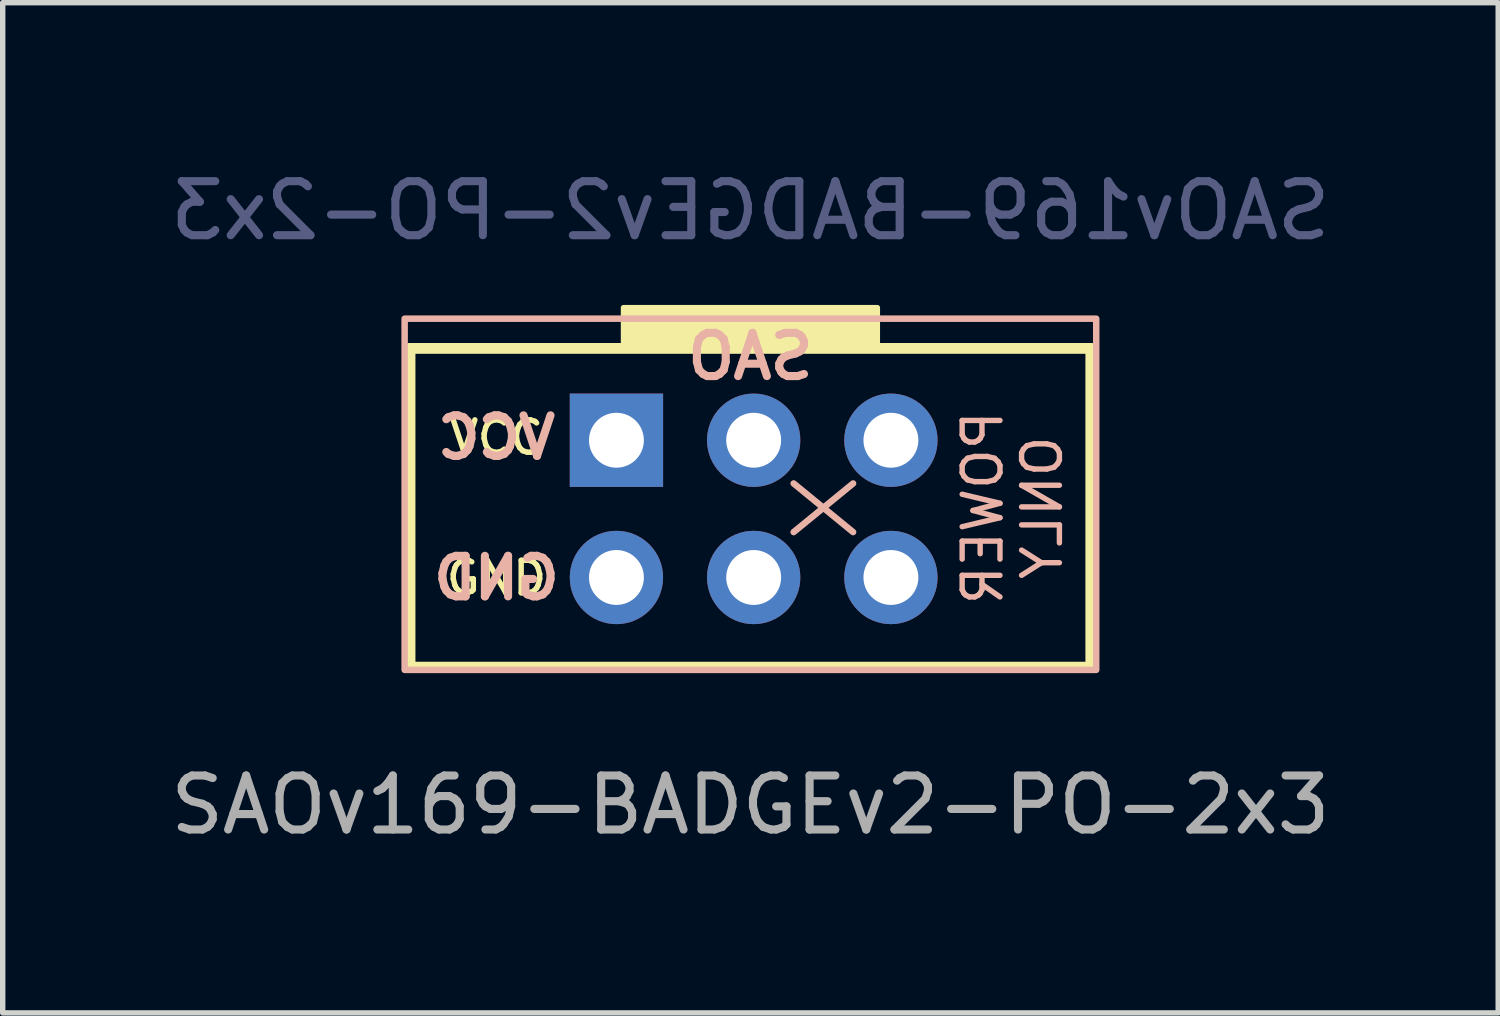
<source format=kicad_pcb>
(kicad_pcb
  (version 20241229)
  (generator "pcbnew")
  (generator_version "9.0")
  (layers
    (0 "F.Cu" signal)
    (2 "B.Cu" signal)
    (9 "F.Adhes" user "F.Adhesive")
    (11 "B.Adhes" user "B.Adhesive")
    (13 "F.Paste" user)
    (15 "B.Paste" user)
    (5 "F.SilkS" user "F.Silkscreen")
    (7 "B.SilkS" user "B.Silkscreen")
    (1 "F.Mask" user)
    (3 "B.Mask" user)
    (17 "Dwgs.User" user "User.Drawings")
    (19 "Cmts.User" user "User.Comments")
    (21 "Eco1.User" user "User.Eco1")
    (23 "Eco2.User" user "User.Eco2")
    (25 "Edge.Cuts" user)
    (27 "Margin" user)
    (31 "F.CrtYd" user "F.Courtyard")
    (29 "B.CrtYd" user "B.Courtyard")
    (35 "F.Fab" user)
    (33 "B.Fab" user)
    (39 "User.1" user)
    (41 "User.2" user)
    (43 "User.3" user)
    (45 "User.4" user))
  (footprint "SAOv169-BADGEv2-PO-2x3"
    (layer "F.Cu")
    (at 10.839 6.348)
    (property "Reference" "SAOv169-BADGEv2-PO-2x3" (at 0 -5.5 0) (layer "B.Fab") (effects (font (size 1 1) (thickness 0.15)) (justify mirror)))
    (attr through_hole)
    (fp_line (start -6.3 -2.95) (end 6.3 -2.95) (stroke (width 0.2) (type solid)) (layer "F.SilkS"))
    (fp_line (start -6.3 2.95) (end -6.3 -2.95) (stroke (width 0.2) (type solid)) (layer "F.SilkS"))
    (fp_line (start 6.3 -2.95) (end 6.3 2.95) (stroke (width 0.2) (type solid)) (layer "F.SilkS"))
    (fp_line (start 6.3 2.95) (end -6.3 2.95) (stroke (width 0.2) (type solid)) (layer "F.SilkS"))
    (fp_poly (pts (xy 2.349 -3.061) (xy -2.349 -3.061) (xy -2.349 -3.704) (xy 2.349 -3.704)) (stroke (width 0.1) (type solid)) (fill yes) (layer "F.SilkS"))
    (fp_line (start 0.8 -0.45) (end 1.9 0.45) (stroke (width 0.12) (type solid)) (layer "B.SilkS"))
    (fp_line (start 1.9 -0.45) (end 0.8 0.45) (stroke (width 0.12) (type solid)) (layer "B.SilkS"))
    (fp_rect (start -6.4 -3.5) (end 6.4 3) (stroke (width 0.12) (type solid)) (fill no) (layer "B.SilkS"))
    (fp_text user "VCC" (at -4.7 -1.3 0) (unlocked yes) (layer "F.SilkS") (effects (font (size 0.6 0.6) (thickness 0.1))))
    (fp_text user "GND" (at -4.7 1.3 0) (unlocked yes) (layer "F.SilkS") (effects (font (size 0.6 0.6) (thickness 0.1))))
    (fp_text user "GND" (at -4.7 1.3 0) (unlocked yes) (layer "B.SilkS") (effects (font (size 0.75 0.75) (thickness 0.15)) (justify mirror)))
    (fp_text user "VCC" (at -4.7 -1.3 0) (unlocked yes) (layer "B.SilkS") (effects (font (size 0.75 0.75) (thickness 0.15)) (justify mirror)))
    (fp_text user "ONLY" (at 5.4 0 90) (unlocked yes) (layer "B.SilkS") (effects (font (size 0.7 0.7) (thickness 0.1)) (justify mirror)))
    (fp_text user "POWER" (at 4.3 0 90) (unlocked yes) (layer "B.SilkS") (effects (font (size 0.7 0.7) (thickness 0.1)) (justify mirror)))
    (fp_text user "SAO" (at 0 -2.8 0) (unlocked yes) (layer "B.SilkS") (effects (font (size 0.8 0.8) (thickness 0.15)) (justify mirror)))
    (fp_text user "${REFERENCE}" (at 0 5.5 0) (layer "F.Fab") (effects (font (size 1 1) (thickness 0.15))))
    (pad "1" thru_hole rect (at -2.48 -1.25 270) (size 1.727 1.727) (drill 1.016) (layers "*.Cu" "*.Mask"))
    (pad "2" thru_hole circle (at -2.48 1.29 270) (size 1.727 1.727) (drill 1.016) (layers "*.Cu" "*.Mask"))
    (pad "3" thru_hole oval (at 0.06 -1.25 270) (size 1.727 1.727) (drill 1.016) (layers "*.Cu" "*.Mask"))
    (pad "4" thru_hole oval (at 0.06 1.29 270) (size 1.727 1.727) (drill 1.016) (layers "*.Cu" "*.Mask"))
    (pad "5" thru_hole circle (at 2.6 -1.25 270) (size 1.727 1.727) (drill 1.016) (layers "*.Cu" "*.Mask"))
    (pad "6" thru_hole circle (at 2.6 1.29 270) (size 1.727 1.727) (drill 1.016) (layers "*.Cu" "*.Mask")))
  (gr_rect
    (start -3 -3)
    (end 24.679 15.697)
    (stroke (width 0.1) (type default))
    (fill no)
    (layer "Edge.Cuts")))
</source>
